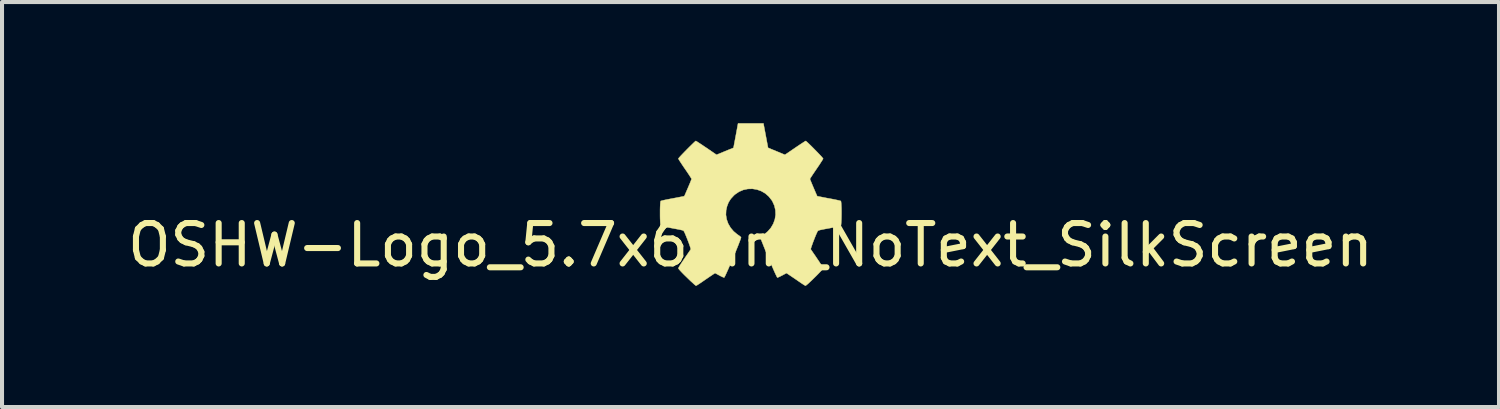
<source format=kicad_pcb>
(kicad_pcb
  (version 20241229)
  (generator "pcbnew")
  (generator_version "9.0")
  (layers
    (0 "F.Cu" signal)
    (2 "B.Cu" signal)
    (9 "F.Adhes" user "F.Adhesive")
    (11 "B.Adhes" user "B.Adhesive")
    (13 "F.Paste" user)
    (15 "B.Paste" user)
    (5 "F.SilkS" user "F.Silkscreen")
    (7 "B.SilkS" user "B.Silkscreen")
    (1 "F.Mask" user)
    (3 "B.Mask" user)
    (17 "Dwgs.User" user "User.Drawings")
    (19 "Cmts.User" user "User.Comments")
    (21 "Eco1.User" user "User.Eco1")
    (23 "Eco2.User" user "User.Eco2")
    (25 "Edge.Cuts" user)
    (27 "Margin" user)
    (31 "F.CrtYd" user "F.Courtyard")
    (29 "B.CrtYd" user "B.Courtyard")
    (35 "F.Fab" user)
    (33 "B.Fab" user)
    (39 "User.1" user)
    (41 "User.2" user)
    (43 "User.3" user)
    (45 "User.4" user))
  (footprint "OSHW-Logo_5.7x6mm_NoText_SilkScreen"
    (layer "F.Cu")
    (at 15.53 2.382)
    (property "Reference" "OSHW-Logo_5.7x6mm_NoText_SilkScreen" (at 0 0.635 0) (layer "F.SilkS") (effects (font (size 1 1) (thickness 0.15))))
    (attr exclude_from_pos_files exclude_from_bom)
    (fp_poly (pts (xy 0.377 -2.075) (xy 0.434 -1.773) (xy 0.853 -1.6) (xy 1.105 -1.772) (xy 1.175 -1.819) (xy 1.239 -1.862) (xy 1.293 -1.897) (xy 1.334 -1.924) (xy 1.36 -1.939) (xy 1.367 -1.943) (xy 1.379 -1.934) (xy 1.406 -1.91) (xy 1.444 -1.874) (xy 1.491 -1.829) (xy 1.542 -1.778) (xy 1.596 -1.723) (xy 1.649 -1.669) (xy 1.698 -1.618) (xy 1.741 -1.573) (xy 1.773 -1.537) (xy 1.793 -1.513) (xy 1.798 -1.505) (xy 1.791 -1.49) (xy 1.772 -1.458) (xy 1.742 -1.412) (xy 1.705 -1.354) (xy 1.66 -1.288) (xy 1.635 -1.251) (xy 1.588 -1.182) (xy 1.546 -1.12) (xy 1.512 -1.068) (xy 1.487 -1.029) (xy 1.473 -1.006) (xy 1.471 -1.001) (xy 1.476 -0.987) (xy 1.489 -0.955) (xy 1.508 -0.909) (xy 1.531 -0.853) (xy 1.557 -0.792) (xy 1.583 -0.731) (xy 1.607 -0.675) (xy 1.628 -0.627) (xy 1.643 -0.593) (xy 1.651 -0.576) (xy 1.652 -0.576) (xy 1.665 -0.573) (xy 1.699 -0.566) (xy 1.75 -0.556) (xy 1.816 -0.543) (xy 1.893 -0.528) (xy 1.937 -0.52) (xy 2.019 -0.505) (xy 2.093 -0.49) (xy 2.155 -0.477) (xy 2.202 -0.466) (xy 2.23 -0.458) (xy 2.235 -0.456) (xy 2.241 -0.439) (xy 2.245 -0.402) (xy 2.248 -0.348) (xy 2.251 -0.282) (xy 2.252 -0.209) (xy 2.252 -0.132) (xy 2.251 -0.056) (xy 2.249 0.014) (xy 2.246 0.074) (xy 2.243 0.121) (xy 2.238 0.149) (xy 2.235 0.155) (xy 2.217 0.162) (xy 2.179 0.172) (xy 2.127 0.184) (xy 2.065 0.196) (xy 2.043 0.2) (xy 1.938 0.22) (xy 1.855 0.235) (xy 1.792 0.247) (xy 1.745 0.257) (xy 1.711 0.265) (xy 1.689 0.272) (xy 1.676 0.278) (xy 1.667 0.284) (xy 1.666 0.285) (xy 1.655 0.304) (xy 1.638 0.341) (xy 1.616 0.391) (xy 1.592 0.45) (xy 1.567 0.514) (xy 1.543 0.577) (xy 1.522 0.636) (xy 1.505 0.685) (xy 1.494 0.721) (xy 1.492 0.739) (xy 1.492 0.739) (xy 1.501 0.754) (xy 1.523 0.786) (xy 1.554 0.832) (xy 1.593 0.888) (xy 1.637 0.953) (xy 1.649 0.971) (xy 1.694 1.037) (xy 1.733 1.097) (xy 1.765 1.148) (xy 1.787 1.187) (xy 1.798 1.209) (xy 1.798 1.211) (xy 1.789 1.226) (xy 1.765 1.254) (xy 1.729 1.293) (xy 1.683 1.341) (xy 1.632 1.393) (xy 1.577 1.447) (xy 1.523 1.5) (xy 1.472 1.548) (xy 1.427 1.59) (xy 1.391 1.62) (xy 1.368 1.638) (xy 1.362 1.641) (xy 1.347 1.634) (xy 1.316 1.616) (xy 1.275 1.589) (xy 1.244 1.568) (xy 1.187 1.529) (xy 1.119 1.482) (xy 1.051 1.436) (xy 1.014 1.411) (xy 0.891 1.328) (xy 0.787 1.384) (xy 0.74 1.408) (xy 0.7 1.427) (xy 0.672 1.438) (xy 0.665 1.44) (xy 0.657 1.429) (xy 0.641 1.397) (xy 0.617 1.348) (xy 0.588 1.284) (xy 0.555 1.209) (xy 0.518 1.124) (xy 0.48 1.034) (xy 0.441 0.941) (xy 0.402 0.848) (xy 0.365 0.758) (xy 0.331 0.674) (xy 0.301 0.598) (xy 0.276 0.535) (xy 0.258 0.485) (xy 0.248 0.453) (xy 0.246 0.442) (xy 0.259 0.429) (xy 0.288 0.406) (xy 0.325 0.379) (xy 0.329 0.377) (xy 0.426 0.299) (xy 0.505 0.208) (xy 0.564 0.107) (xy 0.603 -0.002) (xy 0.621 -0.114) (xy 0.617 -0.228) (xy 0.591 -0.341) (xy 0.542 -0.449) (xy 0.527 -0.473) (xy 0.452 -0.568) (xy 0.364 -0.645) (xy 0.265 -0.702) (xy 0.158 -0.74) (xy 0.047 -0.758) (xy -0.066 -0.755) (xy -0.176 -0.732) (xy -0.282 -0.687) (xy -0.38 -0.621) (xy -0.41 -0.595) (xy -0.488 -0.51) (xy -0.544 -0.422) (xy -0.582 -0.323) (xy -0.604 -0.225) (xy -0.609 -0.114) (xy -0.591 -0.003) (xy -0.553 0.104) (xy -0.494 0.205) (xy -0.418 0.295) (xy -0.327 0.371) (xy -0.315 0.379) (xy -0.277 0.405) (xy -0.248 0.428) (xy -0.234 0.442) (xy -0.234 0.442) (xy -0.237 0.458) (xy -0.248 0.494) (xy -0.268 0.546) (xy -0.293 0.612) (xy -0.324 0.69) (xy -0.359 0.775) (xy -0.397 0.866) (xy -0.436 0.96) (xy -0.475 1.052) (xy -0.513 1.141) (xy -0.549 1.224) (xy -0.582 1.297) (xy -0.61 1.359) (xy -0.632 1.405) (xy -0.647 1.432) (xy -0.653 1.44) (xy -0.671 1.434) (xy -0.706 1.419) (xy -0.75 1.397) (xy -0.774 1.384) (xy -0.878 1.328) (xy -1.002 1.411) (xy -1.065 1.454) (xy -1.134 1.501) (xy -1.199 1.546) (xy -1.231 1.568) (xy -1.277 1.598) (xy -1.315 1.623) (xy -1.342 1.638) (xy -1.351 1.641) (xy -1.363 1.632) (xy -1.391 1.609) (xy -1.431 1.572) (xy -1.482 1.526) (xy -1.539 1.471) (xy -1.575 1.436) (xy -1.639 1.374) (xy -1.694 1.318) (xy -1.738 1.271) (xy -1.769 1.236) (xy -1.784 1.214) (xy -1.786 1.21) (xy -1.779 1.193) (xy -1.76 1.159) (xy -1.73 1.111) (xy -1.693 1.054) (xy -1.649 0.989) (xy -1.637 0.971) (xy -1.592 0.905) (xy -1.551 0.846) (xy -1.518 0.797) (xy -1.493 0.761) (xy -1.481 0.742) (xy -1.479 0.739) (xy -1.481 0.724) (xy -1.491 0.69) (xy -1.507 0.641) (xy -1.528 0.583) (xy -1.552 0.52) (xy -1.577 0.457) (xy -1.601 0.397) (xy -1.623 0.345) (xy -1.641 0.307) (xy -1.653 0.286) (xy -1.654 0.285) (xy -1.661 0.279) (xy -1.674 0.273) (xy -1.694 0.266) (xy -1.725 0.259) (xy -1.769 0.249) (xy -1.829 0.238) (xy -1.908 0.223) (xy -2.009 0.204) (xy -2.03 0.2) (xy -2.095 0.188) (xy -2.151 0.176) (xy -2.194 0.165) (xy -2.219 0.157) (xy -2.222 0.155) (xy -2.228 0.138) (xy -2.232 0.101) (xy -2.235 0.047) (xy -2.238 -0.019) (xy -2.239 -0.093) (xy -2.239 -0.169) (xy -2.239 -0.245) (xy -2.237 -0.315) (xy -2.234 -0.376) (xy -2.23 -0.422) (xy -2.225 -0.45) (xy -2.223 -0.456) (xy -2.206 -0.461) (xy -2.169 -0.471) (xy -2.114 -0.483) (xy -2.045 -0.497) (xy -1.967 -0.512) (xy -1.925 -0.52) (xy -1.844 -0.535) (xy -1.772 -0.549) (xy -1.712 -0.561) (xy -1.668 -0.569) (xy -1.643 -0.575) (xy -1.639 -0.576) (xy -1.633 -0.589) (xy -1.618 -0.621) (xy -1.598 -0.667) (xy -1.574 -0.723) (xy -1.548 -0.783) (xy -1.522 -0.844) (xy -1.498 -0.901) (xy -1.479 -0.949) (xy -1.465 -0.984) (xy -1.459 -1.001) (xy -1.459 -1.002) (xy -1.465 -1.015) (xy -1.485 -1.046) (xy -1.514 -1.092) (xy -1.552 -1.149) (xy -1.596 -1.214) (xy -1.622 -1.251) (xy -1.669 -1.32) (xy -1.71 -1.382) (xy -1.745 -1.435) (xy -1.77 -1.475) (xy -1.784 -1.5) (xy -1.786 -1.505) (xy -1.777 -1.518) (xy -1.754 -1.545) (xy -1.718 -1.584) (xy -1.673 -1.631) (xy -1.623 -1.683) (xy -1.569 -1.738) (xy -1.516 -1.791) (xy -1.465 -1.841) (xy -1.421 -1.884) (xy -1.385 -1.918) (xy -1.362 -1.938) (xy -1.354 -1.943) (xy -1.341 -1.936) (xy -1.311 -1.917) (xy -1.265 -1.887) (xy -1.208 -1.85) (xy -1.142 -1.805) (xy -1.092 -1.772) (xy -0.841 -1.6) (xy -0.631 -1.687) (xy -0.421 -1.773) (xy -0.364 -2.075) (xy -0.308 -2.377) (xy 0.32 -2.377) (xy 0.377 -2.075)) (stroke (width 0.01) (type solid)) (fill yes) (layer "F.SilkS")))
  (gr_rect
    (start -3 -3)
    (end 34.06 7.027)
    (stroke (width 0.1) (type default))
    (fill no)
    (layer "Edge.Cuts")))
</source>
